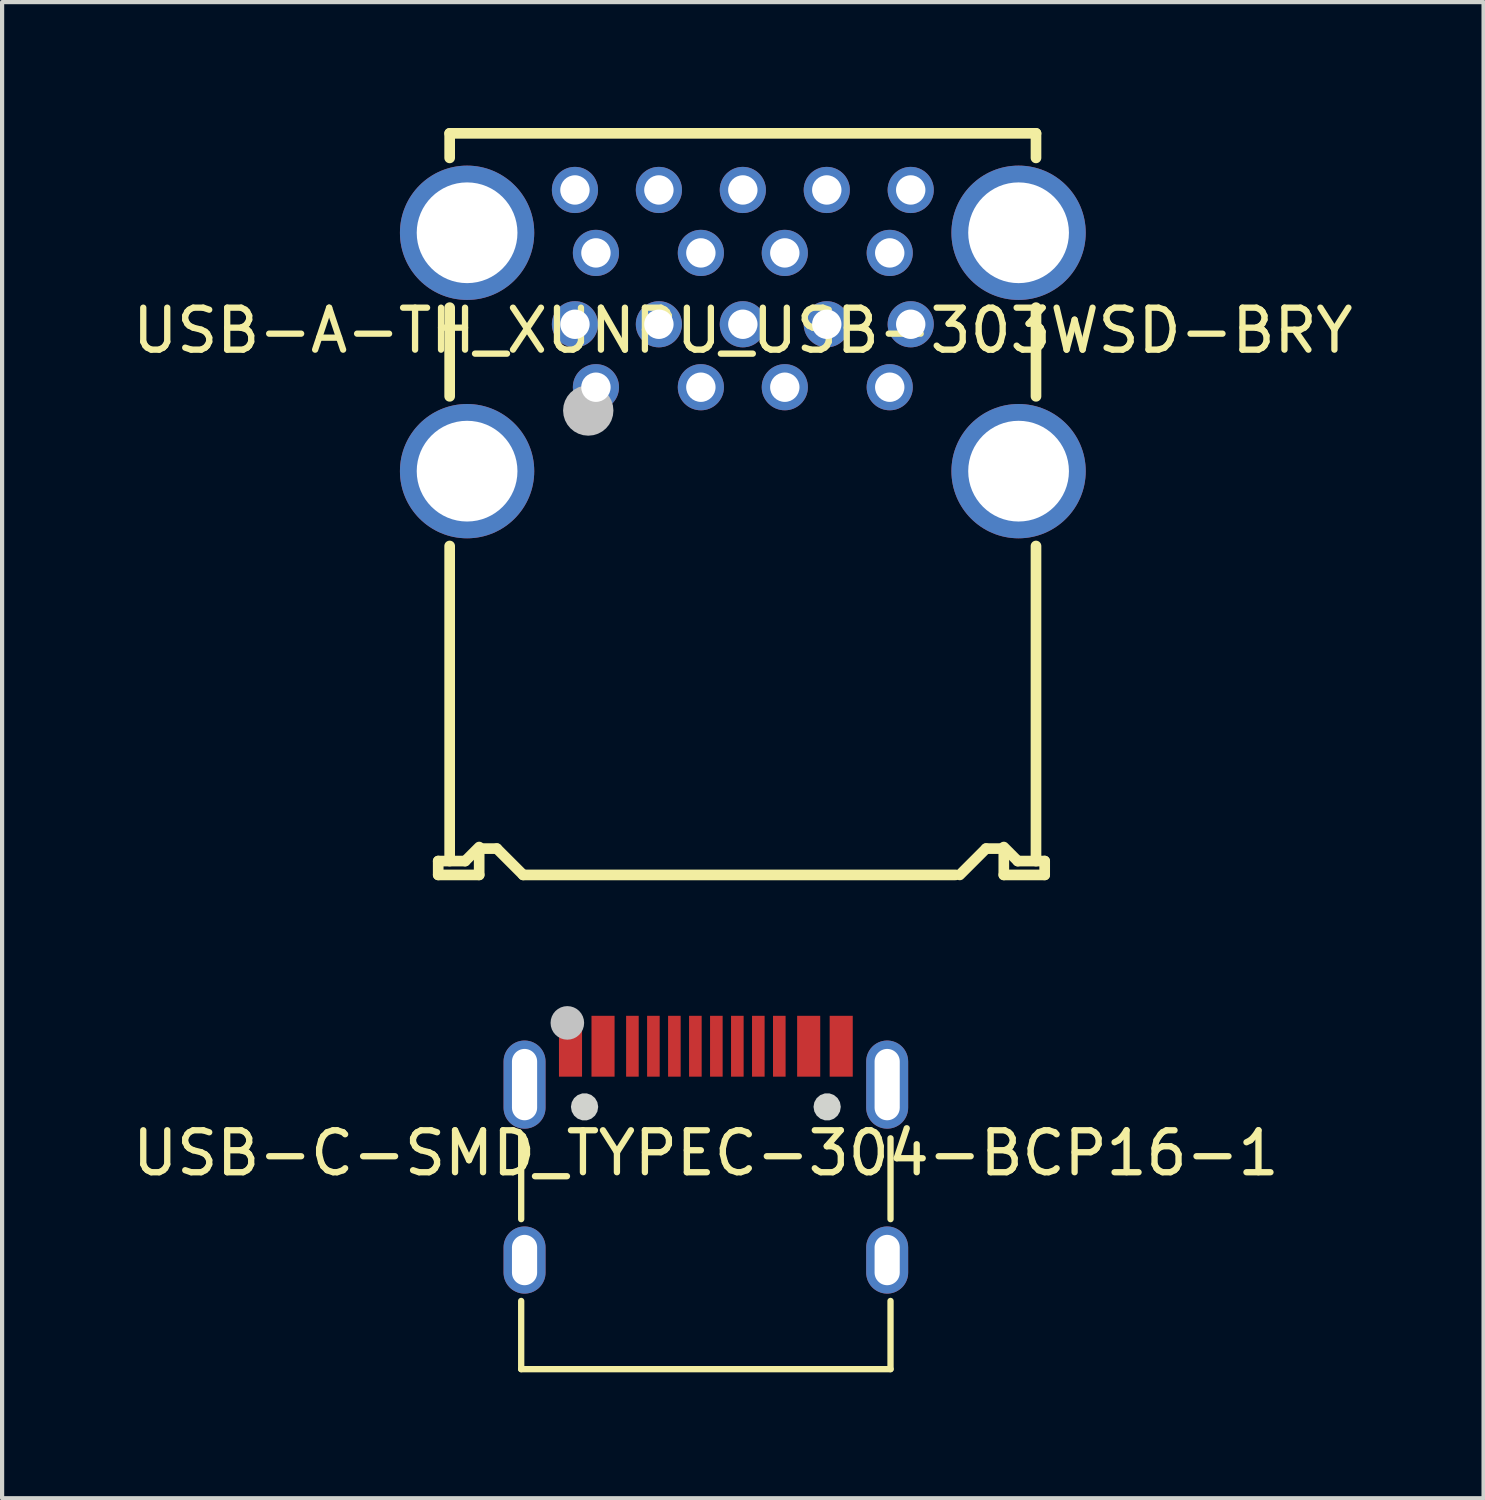
<source format=kicad_pcb>
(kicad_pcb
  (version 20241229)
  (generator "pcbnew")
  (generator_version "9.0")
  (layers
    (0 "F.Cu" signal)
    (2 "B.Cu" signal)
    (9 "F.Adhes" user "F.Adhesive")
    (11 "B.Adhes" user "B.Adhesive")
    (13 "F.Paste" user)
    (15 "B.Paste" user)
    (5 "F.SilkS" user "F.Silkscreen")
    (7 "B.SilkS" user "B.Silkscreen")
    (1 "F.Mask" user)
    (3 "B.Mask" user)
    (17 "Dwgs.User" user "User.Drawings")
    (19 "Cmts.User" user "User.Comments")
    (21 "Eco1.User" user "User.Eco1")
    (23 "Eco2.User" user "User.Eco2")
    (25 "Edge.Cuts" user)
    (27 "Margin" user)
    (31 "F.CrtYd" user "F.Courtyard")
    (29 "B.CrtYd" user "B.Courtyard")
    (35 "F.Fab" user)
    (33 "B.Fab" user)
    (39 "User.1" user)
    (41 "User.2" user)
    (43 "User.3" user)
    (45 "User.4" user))
  (footprint "USB-C-SMD_TYPEC-304-BCP16-1"
    (layer "F.Cu")
    (at 13.768 24.425)
    (property "Reference" "USB-C-SMD_TYPEC-304-BCP16-1" (at 0 0 0) (layer "F.SilkS") (effects (font (size 1 1) (thickness 0.15))))
    (fp_line (start -4.4 -0.408) (end -4.4 1.573) (stroke (width 0.15) (type default)) (layer "F.SilkS"))
    (fp_line (start -4.4 3.522) (end -4.4 5.147) (stroke (width 0.15) (type default)) (layer "F.SilkS"))
    (fp_line (start -4.4 5.147) (end 4.4 5.147) (stroke (width 0.15) (type default)) (layer "F.SilkS"))
    (fp_line (start 4.4 1.573) (end 4.4 -0.353) (stroke (width 0.15) (type default)) (layer "F.SilkS"))
    (fp_line (start 4.4 5.147) (end 4.4 3.522) (stroke (width 0.15) (type default)) (layer "F.SilkS"))
    (fp_poly (pts (xy -3.525 -3.272) (xy -2.925 -3.272) (xy -2.925 -1.823) (xy -3.525 -1.823)) (stroke (width 0) (type default)) (fill yes) (layer "F.Paste"))
    (fp_poly (pts (xy -2.75 -3.272) (xy -2.15 -3.272) (xy -2.15 -1.823) (xy -2.75 -1.823)) (stroke (width 0) (type default)) (fill yes) (layer "F.Paste"))
    (fp_poly (pts (xy -1.9 -3.272) (xy -1.6 -3.272) (xy -1.6 -1.823) (xy -1.9 -1.823)) (stroke (width 0) (type default)) (fill yes) (layer "F.Paste"))
    (fp_poly (pts (xy -1.4 -3.272) (xy -1.1 -3.272) (xy -1.1 -1.823) (xy -1.4 -1.823)) (stroke (width 0) (type default)) (fill yes) (layer "F.Paste"))
    (fp_poly (pts (xy -0.9 -3.272) (xy -0.6 -3.272) (xy -0.6 -1.823) (xy -0.9 -1.823)) (stroke (width 0) (type default)) (fill yes) (layer "F.Paste"))
    (fp_poly (pts (xy -0.4 -3.272) (xy -0.1 -3.272) (xy -0.1 -1.823) (xy -0.4 -1.823)) (stroke (width 0) (type default)) (fill yes) (layer "F.Paste"))
    (fp_poly (pts (xy 0.1 -3.272) (xy 0.4 -3.272) (xy 0.4 -1.823) (xy 0.1 -1.823)) (stroke (width 0) (type default)) (fill yes) (layer "F.Paste"))
    (fp_poly (pts (xy 0.6 -3.272) (xy 0.9 -3.272) (xy 0.9 -1.823) (xy 0.6 -1.823)) (stroke (width 0) (type default)) (fill yes) (layer "F.Paste"))
    (fp_poly (pts (xy 1.1 -3.272) (xy 1.4 -3.272) (xy 1.4 -1.823) (xy 1.1 -1.823)) (stroke (width 0) (type default)) (fill yes) (layer "F.Paste"))
    (fp_poly (pts (xy 1.6 -3.272) (xy 1.9 -3.272) (xy 1.9 -1.823) (xy 1.6 -1.823)) (stroke (width 0) (type default)) (fill yes) (layer "F.Paste"))
    (fp_poly (pts (xy 2.15 -3.272) (xy 2.75 -3.272) (xy 2.75 -1.823) (xy 2.15 -1.823)) (stroke (width 0) (type default)) (fill yes) (layer "F.Paste"))
    (fp_poly (pts (xy 2.925 -3.272) (xy 3.525 -3.272) (xy 3.525 -1.823) (xy 2.925 -1.823)) (stroke (width 0) (type default)) (fill yes) (layer "F.Paste"))
    (fp_poly (pts (arc (start -4.82 -2.1825) (mid -4.32 -2.6825) (end -3.82 -2.1825)) (arc (start -3.82 -1.0825) (mid -4.32 -0.5825) (end -4.82 -1.0825))) (stroke (width 0) (type default)) (fill yes) (layer "F.Paste"))
    (fp_poly (pts (arc (start -4.82 2.2475) (mid -4.32 1.7475) (end -3.82 2.2475)) (arc (start -3.82 2.8475) (mid -4.32 3.3475) (end -4.82 2.8475))) (stroke (width 0) (type default)) (fill yes) (layer "F.Paste"))
    (fp_poly (pts (arc (start 3.82 -2.1825) (mid 4.32 -2.6825) (end 4.82 -2.1825)) (arc (start 4.82 -1.0825) (mid 4.32 -0.5825) (end 3.82 -1.0825))) (stroke (width 0) (type default)) (fill yes) (layer "F.Paste"))
    (fp_poly (pts (arc (start 3.82 2.2475) (mid 4.32 1.7475) (end 4.82 2.2475)) (arc (start 4.82 2.8475) (mid 4.32 3.3475) (end 3.82 2.8475))) (stroke (width 0) (type default)) (fill yes) (layer "F.Paste"))
    (fp_circle (center -3.3 -3.103) (end -3.1 -3.103) (stroke (width 0.4) (type default)) (fill no) (layer "Dwgs.User"))
    (fp_poly (pts (xy -2.565 -1.103) (xy -2.585 -1.214) (xy -2.641 -1.311) (xy -2.728 -1.384) (xy -2.834 -1.423) (xy -2.946 -1.423) (xy -3.053 -1.384) (xy -3.139 -1.311) (xy -3.195 -1.214) (xy -3.215 -1.103) (xy -3.195 -0.991) (xy -3.139 -0.894) (xy -3.053 -0.821) (xy -2.946 -0.782) (xy -2.834 -0.782) (xy -2.728 -0.821) (xy -2.641 -0.894) (xy -2.585 -0.991)) (stroke (width 0) (type default)) (fill yes) (layer "Edge.Cuts"))
    (fp_poly (pts (xy 3.215 -1.103) (xy 3.195 -1.214) (xy 3.139 -1.311) (xy 3.053 -1.384) (xy 2.946 -1.423) (xy 2.834 -1.423) (xy 2.728 -1.384) (xy 2.641 -1.311) (xy 2.585 -1.214) (xy 2.565 -1.103) (xy 2.585 -0.991) (xy 2.641 -0.894) (xy 2.728 -0.821) (xy 2.834 -0.782) (xy 2.946 -0.782) (xy 3.053 -0.821) (xy 3.139 -0.894) (xy 3.195 -0.991)) (stroke (width 0) (type default)) (fill yes) (layer "Edge.Cuts"))
    (fp_poly (pts (xy -4.47 -2.158) (xy -4.17 -2.158) (xy -4.17 -1.107) (xy -4.47 -1.107)) (stroke (width 0.1) (type default)) (fill no) (layer "User.1"))
    (fp_poly (pts (xy -4.47 2.147) (xy -4.17 2.147) (xy -4.17 2.947) (xy -4.47 2.947)) (stroke (width 0.1) (type default)) (fill no) (layer "User.1"))
    (fp_poly (pts (xy -3.425 -2.753) (xy -3.025 -2.753) (xy -3.025 -1.853) (xy -3.425 -1.853)) (stroke (width 0.1) (type default)) (fill no) (layer "User.1"))
    (fp_poly (pts (xy -2.65 -2.753) (xy -2.25 -2.753) (xy -2.25 -1.853) (xy -2.65 -1.853)) (stroke (width 0.1) (type default)) (fill no) (layer "User.1"))
    (fp_poly (pts (xy -1.85 -2.753) (xy -1.65 -2.753) (xy -1.65 -1.853) (xy -1.85 -1.853)) (stroke (width 0.1) (type default)) (fill no) (layer "User.1"))
    (fp_poly (pts (xy -1.35 -2.753) (xy -1.15 -2.753) (xy -1.15 -1.853) (xy -1.35 -1.853)) (stroke (width 0.1) (type default)) (fill no) (layer "User.1"))
    (fp_poly (pts (xy -0.85 -2.753) (xy -0.65 -2.753) (xy -0.65 -1.853) (xy -0.85 -1.853)) (stroke (width 0.1) (type default)) (fill no) (layer "User.1"))
    (fp_poly (pts (xy -0.35 -2.753) (xy -0.15 -2.753) (xy -0.15 -1.853) (xy -0.35 -1.853)) (stroke (width 0.1) (type default)) (fill no) (layer "User.1"))
    (fp_poly (pts (xy 0.15 -2.753) (xy 0.35 -2.753) (xy 0.35 -1.853) (xy 0.15 -1.853)) (stroke (width 0.1) (type default)) (fill no) (layer "User.1"))
    (fp_poly (pts (xy 0.65 -2.753) (xy 0.85 -2.753) (xy 0.85 -1.853) (xy 0.65 -1.853)) (stroke (width 0.1) (type default)) (fill no) (layer "User.1"))
    (fp_poly (pts (xy 1.15 -2.753) (xy 1.35 -2.753) (xy 1.35 -1.853) (xy 1.15 -1.853)) (stroke (width 0.1) (type default)) (fill no) (layer "User.1"))
    (fp_poly (pts (xy 1.65 -2.753) (xy 1.85 -2.753) (xy 1.85 -1.853) (xy 1.65 -1.853)) (stroke (width 0.1) (type default)) (fill no) (layer "User.1"))
    (fp_poly (pts (xy 2.25 -2.753) (xy 2.65 -2.753) (xy 2.65 -1.853) (xy 2.25 -1.853)) (stroke (width 0.1) (type default)) (fill no) (layer "User.1"))
    (fp_poly (pts (xy 3.025 -2.753) (xy 3.425 -2.753) (xy 3.425 -1.853) (xy 3.025 -1.853)) (stroke (width 0.1) (type default)) (fill no) (layer "User.1"))
    (fp_poly (pts (xy 4.17 -2.158) (xy 4.47 -2.158) (xy 4.47 -1.107) (xy 4.17 -1.107)) (stroke (width 0.1) (type default)) (fill no) (layer "User.1"))
    (fp_poly (pts (xy 4.17 2.147) (xy 4.47 2.147) (xy 4.47 2.947) (xy 4.17 2.947)) (stroke (width 0.1) (type default)) (fill no) (layer "User.1"))
    (fp_line (start -4.45 -2.153) (end 4.45 -2.153) (stroke (width 0.051) (type default)) (layer "User.2"))
    (fp_line (start -4.45 5.147) (end -4.45 -2.153) (stroke (width 0.051) (type default)) (layer "User.2"))
    (fp_line (start 4.45 -2.153) (end 4.45 5.147) (stroke (width 0.051) (type default)) (layer "User.2"))
    (fp_line (start 4.45 5.147) (end -4.45 5.147) (stroke (width 0.051) (type default)) (layer "User.2"))
    (fp_poly (pts (xy -4.41 -2.753) (xy -4.428 -2.795) (xy -4.47 -2.813) (xy -4.512 -2.795) (xy -4.53 -2.753) (xy -4.512 -2.711) (xy -4.47 -2.693) (xy -4.428 -2.711)) (stroke (width 0.1) (type default)) (fill no) (layer "User.3"))
    (pad "12" thru_hole oval (at -4.32 -1.633) (size 1 2.1) (drill oval 0.6 1.7) (layers "*.Cu" "*.Mask"))
    (pad "13" thru_hole oval (at 4.32 -1.633) (size 1 2.1) (drill oval 0.6 1.7) (layers "*.Cu" "*.Mask"))
    (pad "14" thru_hole oval (at -4.32 2.547) (size 1 1.6) (drill oval 0.6 1.2) (layers "*.Cu" "*.Mask"))
    (pad "15" thru_hole oval (at 4.32 2.547) (size 1 1.6) (drill oval 0.6 1.2) (layers "*.Cu" "*.Mask"))
    (pad "A1B12" smd rect (at -3.225 -2.547) (size 0.55 1.45) (layers "F.Cu" "F.Mask" "F.Paste"))
    (pad "A4B9" smd rect (at -2.45 -2.547) (size 0.55 1.45) (layers "F.Cu" "F.Mask" "F.Paste"))
    (pad "A5" smd rect (at -1.25 -2.547) (size 0.3 1.45) (layers "F.Cu" "F.Mask" "F.Paste"))
    (pad "A6" smd rect (at -0.25 -2.547) (size 0.3 1.45) (layers "F.Cu" "F.Mask" "F.Paste"))
    (pad "A7" smd rect (at 0.25 -2.547) (size 0.3 1.45) (layers "F.Cu" "F.Mask" "F.Paste"))
    (pad "A8" smd rect (at 1.25 -2.547) (size 0.3 1.45) (layers "F.Cu" "F.Mask" "F.Paste"))
    (pad "B1A12" smd rect (at 3.225 -2.547) (size 0.55 1.45) (layers "F.Cu" "F.Mask" "F.Paste"))
    (pad "B4A9" smd rect (at 2.45 -2.547) (size 0.55 1.45) (layers "F.Cu" "F.Mask" "F.Paste"))
    (pad "B5" smd rect (at 1.75 -2.547) (size 0.3 1.45) (layers "F.Cu" "F.Mask" "F.Paste"))
    (pad "B6" smd rect (at 0.75 -2.547) (size 0.3 1.45) (layers "F.Cu" "F.Mask" "F.Paste"))
    (pad "B7" smd rect (at -0.75 -2.547) (size 0.3 1.45) (layers "F.Cu" "F.Mask" "F.Paste"))
    (pad "B8" smd rect (at -1.75 -2.547) (size 0.3 1.45) (layers "F.Cu" "F.Mask" "F.Paste")))
  (footprint "USB-A-TH_XUNPU_USB-303WSD-BRY"
    (layer "F.Cu")
    (at 14.649 4.826)
    (property "Reference" "USB-A-TH_XUNPU_USB-303WSD-BRY" (at 0 0 0) (layer "F.SilkS") (effects (font (size 1 1) (thickness 0.15))))
    (fp_line (start -7.258 12.64) (end -6.616 12.64) (stroke (width 0.254) (type default)) (layer "F.SilkS"))
    (fp_line (start -7.258 12.97) (end -7.258 12.64) (stroke (width 0.254) (type default)) (layer "F.SilkS"))
    (fp_line (start -7.258 12.97) (end -6.282 12.97) (stroke (width 0.254) (type default)) (layer "F.SilkS"))
    (fp_line (start -6.985 -4.699) (end -6.985 -4.114) (stroke (width 0.254) (type default)) (layer "F.SilkS"))
    (fp_line (start -6.985 -4.699) (end 6.985 -4.699) (stroke (width 0.254) (type default)) (layer "F.SilkS"))
    (fp_line (start -6.985 -0.546) (end -6.985 1.567) (stroke (width 0.254) (type default)) (layer "F.SilkS"))
    (fp_line (start -6.985 5.133) (end -6.985 12.64) (stroke (width 0.254) (type default)) (layer "F.SilkS"))
    (fp_line (start -6.616 12.64) (end -6.282 12.306) (stroke (width 0.254) (type default)) (layer "F.SilkS"))
    (fp_line (start -6.282 12.343) (end -5.861 12.343) (stroke (width 0.254) (type default)) (layer "F.SilkS"))
    (fp_line (start -6.282 12.97) (end -6.282 12.343) (stroke (width 0.254) (type default)) (layer "F.SilkS"))
    (fp_line (start -5.861 12.343) (end -5.234 12.97) (stroke (width 0.254) (type default)) (layer "F.SilkS"))
    (fp_line (start -5.234 12.97) (end 5.067 12.97) (stroke (width 0.254) (type default)) (layer "F.SilkS"))
    (fp_line (start 5.795 12.343) (end 5.168 12.97) (stroke (width 0.254) (type default)) (layer "F.SilkS"))
    (fp_line (start 6.218 12.343) (end 5.795 12.343) (stroke (width 0.254) (type default)) (layer "F.SilkS"))
    (fp_line (start 6.218 12.97) (end 6.218 12.343) (stroke (width 0.254) (type default)) (layer "F.SilkS"))
    (fp_line (start 6.218 12.97) (end 7.192 12.97) (stroke (width 0.254) (type default)) (layer "F.SilkS"))
    (fp_line (start 6.551 12.64) (end 6.218 12.306) (stroke (width 0.254) (type default)) (layer "F.SilkS"))
    (fp_line (start 6.985 -4.699) (end 6.985 -4.114) (stroke (width 0.254) (type default)) (layer "F.SilkS"))
    (fp_line (start 6.985 -0.546) (end 6.985 1.567) (stroke (width 0.254) (type default)) (layer "F.SilkS"))
    (fp_line (start 6.985 5.133) (end 6.985 12.64) (stroke (width 0.254) (type default)) (layer "F.SilkS"))
    (fp_line (start 7.192 12.64) (end 6.551 12.64) (stroke (width 0.254) (type default)) (layer "F.SilkS"))
    (fp_line (start 7.192 12.97) (end 7.192 12.64) (stroke (width 0.254) (type default)) (layer "F.SilkS"))
    (fp_circle (center -3.683 1.905) (end -3.383 1.905) (stroke (width 0.6) (type default)) (fill no) (layer "Dwgs.User"))
    (fp_poly (pts (xy -6.97 -3.08) (xy -6.17 -3.08) (xy -6.17 -1.58) (xy -6.97 -1.58)) (stroke (width 0.1) (type default)) (fill no) (layer "User.1"))
    (fp_poly (pts (xy -6.97 2.6) (xy -6.17 2.6) (xy -6.17 4.1) (xy -6.97 4.1)) (stroke (width 0.1) (type default)) (fill no) (layer "User.1"))
    (fp_poly (pts (xy -4.2 -3.25) (xy -4.2 -3.45) (xy -3.8 -3.45) (xy -3.8 -3.25)) (stroke (width 0.1) (type default)) (fill no) (layer "User.1"))
    (fp_poly (pts (xy -4.2 -0.05) (xy -4.2 -0.25) (xy -3.8 -0.25) (xy -3.8 -0.05)) (stroke (width 0.1) (type default)) (fill no) (layer "User.1"))
    (fp_poly (pts (xy -3.7 -1.75) (xy -3.7 -1.95) (xy -3.3 -1.95) (xy -3.3 -1.75)) (stroke (width 0.1) (type default)) (fill no) (layer "User.1"))
    (fp_poly (pts (xy -3.7 1.45) (xy -3.7 1.25) (xy -3.3 1.25) (xy -3.3 1.45)) (stroke (width 0.1) (type default)) (fill no) (layer "User.1"))
    (fp_poly (pts (xy -2.2 -3.25) (xy -2.2 -3.45) (xy -1.8 -3.45) (xy -1.8 -3.25)) (stroke (width 0.1) (type default)) (fill no) (layer "User.1"))
    (fp_poly (pts (xy -2.2 -0.05) (xy -2.2 -0.25) (xy -1.8 -0.25) (xy -1.8 -0.05)) (stroke (width 0.1) (type default)) (fill no) (layer "User.1"))
    (fp_poly (pts (xy -1.2 -1.75) (xy -1.2 -1.95) (xy -0.8 -1.95) (xy -0.8 -1.75)) (stroke (width 0.1) (type default)) (fill no) (layer "User.1"))
    (fp_poly (pts (xy -1.2 1.45) (xy -1.2 1.25) (xy -0.8 1.25) (xy -0.8 1.45)) (stroke (width 0.1) (type default)) (fill no) (layer "User.1"))
    (fp_poly (pts (xy -0.2 -3.25) (xy -0.2 -3.45) (xy 0.2 -3.45) (xy 0.2 -3.25)) (stroke (width 0.1) (type default)) (fill no) (layer "User.1"))
    (fp_poly (pts (xy -0.2 -0.05) (xy -0.2 -0.25) (xy 0.2 -0.25) (xy 0.2 -0.05)) (stroke (width 0.1) (type default)) (fill no) (layer "User.1"))
    (fp_poly (pts (xy 0.8 -1.75) (xy 0.8 -1.95) (xy 1.2 -1.95) (xy 1.2 -1.75)) (stroke (width 0.1) (type default)) (fill no) (layer "User.1"))
    (fp_poly (pts (xy 0.8 1.45) (xy 0.8 1.25) (xy 1.2 1.25) (xy 1.2 1.45)) (stroke (width 0.1) (type default)) (fill no) (layer "User.1"))
    (fp_poly (pts (xy 1.8 -3.25) (xy 1.8 -3.45) (xy 2.2 -3.45) (xy 2.2 -3.25)) (stroke (width 0.1) (type default)) (fill no) (layer "User.1"))
    (fp_poly (pts (xy 1.8 -0.05) (xy 1.8 -0.25) (xy 2.2 -0.25) (xy 2.2 -0.05)) (stroke (width 0.1) (type default)) (fill no) (layer "User.1"))
    (fp_poly (pts (xy 3.3 -1.75) (xy 3.3 -1.95) (xy 3.7 -1.95) (xy 3.7 -1.75)) (stroke (width 0.1) (type default)) (fill no) (layer "User.1"))
    (fp_poly (pts (xy 3.3 1.45) (xy 3.3 1.25) (xy 3.7 1.25) (xy 3.7 1.45)) (stroke (width 0.1) (type default)) (fill no) (layer "User.1"))
    (fp_poly (pts (xy 3.8 -3.25) (xy 3.8 -3.45) (xy 4.2 -3.45) (xy 4.2 -3.25)) (stroke (width 0.1) (type default)) (fill no) (layer "User.1"))
    (fp_poly (pts (xy 3.8 -0.05) (xy 3.8 -0.25) (xy 4.2 -0.25) (xy 4.2 -0.05)) (stroke (width 0.1) (type default)) (fill no) (layer "User.1"))
    (fp_poly (pts (xy 6.17 -3.08) (xy 6.97 -3.08) (xy 6.97 -1.58) (xy 6.17 -1.58)) (stroke (width 0.1) (type default)) (fill no) (layer "User.1"))
    (fp_poly (pts (xy 6.17 2.6) (xy 6.97 2.6) (xy 6.97 4.1) (xy 6.17 4.1)) (stroke (width 0.1) (type default)) (fill no) (layer "User.1"))
    (fp_line (start -6.89 -4.534) (end 6.89 -4.534) (stroke (width 0.051) (type default)) (layer "User.2"))
    (fp_line (start -6.89 12.966) (end -6.89 -4.534) (stroke (width 0.051) (type default)) (layer "User.2"))
    (fp_line (start 6.89 -4.534) (end 6.89 12.966) (stroke (width 0.051) (type default)) (layer "User.2"))
    (fp_line (start 6.89 12.966) (end -6.89 12.966) (stroke (width 0.051) (type default)) (layer "User.2"))
    (fp_poly (pts (xy -6.91 12.966) (xy -6.928 12.924) (xy -6.97 12.906) (xy -7.012 12.924) (xy -7.03 12.966) (xy -7.012 13.009) (xy -6.97 13.027) (xy -6.928 13.009)) (stroke (width 0.1) (type default)) (fill no) (layer "User.3"))
    (pad "1" thru_hole circle (at -3.5 1.35) (size 1.1 1.1) (drill 0.7) (layers "*.Cu" "*.Mask"))
    (pad "2" thru_hole circle (at -1 1.35) (size 1.1 1.1) (drill 0.7) (layers "*.Cu" "*.Mask"))
    (pad "3" thru_hole circle (at 1 1.35) (size 1.1 1.1) (drill 0.7) (layers "*.Cu" "*.Mask"))
    (pad "4" thru_hole circle (at 3.5 1.35) (size 1.1 1.1) (drill 0.7) (layers "*.Cu" "*.Mask"))
    (pad "5" thru_hole circle (at 4 -0.15) (size 1.1 1.1) (drill 0.7) (layers "*.Cu" "*.Mask"))
    (pad "6" thru_hole circle (at 2 -0.15) (size 1.1 1.1) (drill 0.7) (layers "*.Cu" "*.Mask"))
    (pad "7" thru_hole circle (at 0 -0.15) (size 1.1 1.1) (drill 0.7) (layers "*.Cu" "*.Mask"))
    (pad "8" thru_hole circle (at -2 -0.15) (size 1.1 1.1) (drill 0.7) (layers "*.Cu" "*.Mask"))
    (pad "9" thru_hole circle (at -4 -0.15) (size 1.1 1.1) (drill 0.7) (layers "*.Cu" "*.Mask"))
    (pad "10" thru_hole circle (at -3.5 -1.85) (size 1.1 1.1) (drill 0.7) (layers "*.Cu" "*.Mask"))
    (pad "11" thru_hole circle (at -1 -1.85) (size 1.1 1.1) (drill 0.7) (layers "*.Cu" "*.Mask"))
    (pad "12" thru_hole circle (at 1 -1.85) (size 1.1 1.1) (drill 0.7) (layers "*.Cu" "*.Mask"))
    (pad "13" thru_hole circle (at 3.5 -1.85) (size 1.1 1.1) (drill 0.7) (layers "*.Cu" "*.Mask"))
    (pad "14" thru_hole circle (at 4 -3.35) (size 1.1 1.1) (drill 0.7) (layers "*.Cu" "*.Mask"))
    (pad "15" thru_hole circle (at 2 -3.35) (size 1.1 1.1) (drill 0.7) (layers "*.Cu" "*.Mask"))
    (pad "16" thru_hole circle (at 0 -3.35) (size 1.1 1.1) (drill 0.7) (layers "*.Cu" "*.Mask"))
    (pad "17" thru_hole circle (at -2 -3.35) (size 1.1 1.1) (drill 0.7) (layers "*.Cu" "*.Mask"))
    (pad "18" thru_hole circle (at -4 -3.35) (size 1.1 1.1) (drill 0.7) (layers "*.Cu" "*.Mask"))
    (pad "19" thru_hole circle (at 6.57 3.35) (size 3.2 3.2) (drill 2.4) (layers "*.Cu" "*.Mask"))
    (pad "20" thru_hole circle (at 6.57 -2.33) (size 3.2 3.2) (drill 2.4) (layers "*.Cu" "*.Mask"))
    (pad "21" thru_hole circle (at -6.57 -2.33) (size 3.2 3.2) (drill 2.4) (layers "*.Cu" "*.Mask"))
    (pad "22" thru_hole circle (at -6.57 3.35) (size 3.2 3.2) (drill 2.4) (layers "*.Cu" "*.Mask")))
  (gr_rect
    (start -3 -3)
    (end 32.298 32.648)
    (stroke (width 0.1) (type default))
    (fill no)
    (layer "Edge.Cuts")))
</source>
